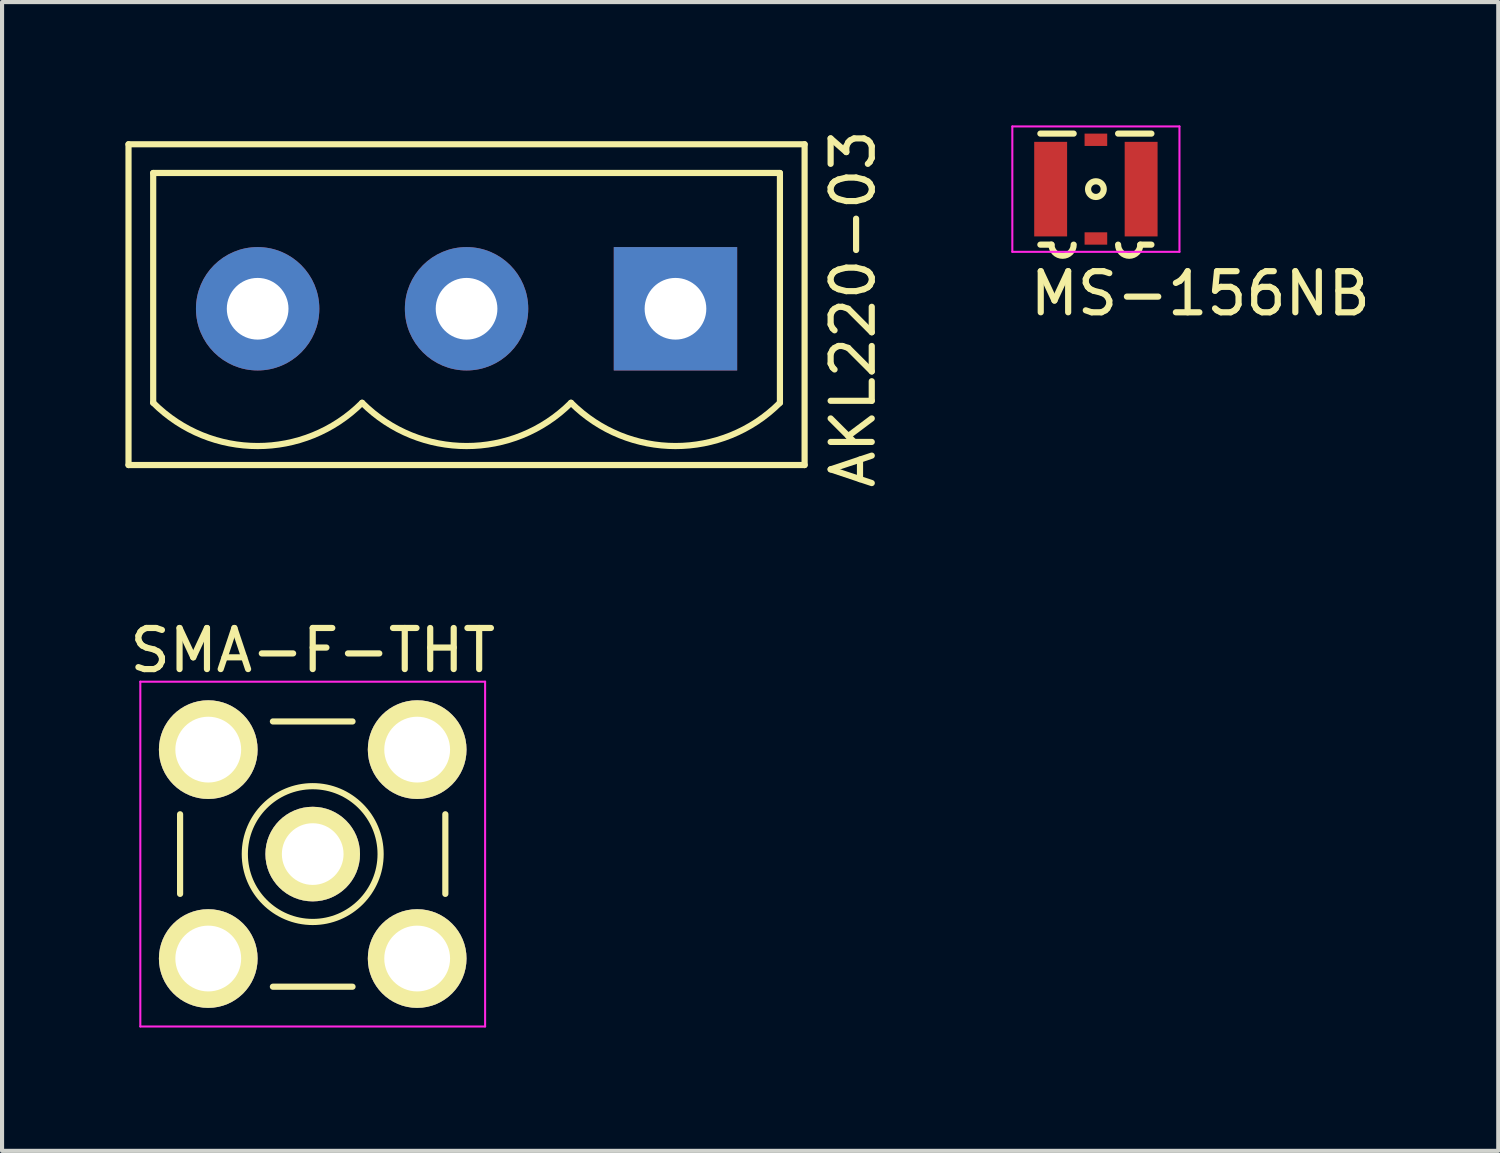
<source format=kicad_pcb>
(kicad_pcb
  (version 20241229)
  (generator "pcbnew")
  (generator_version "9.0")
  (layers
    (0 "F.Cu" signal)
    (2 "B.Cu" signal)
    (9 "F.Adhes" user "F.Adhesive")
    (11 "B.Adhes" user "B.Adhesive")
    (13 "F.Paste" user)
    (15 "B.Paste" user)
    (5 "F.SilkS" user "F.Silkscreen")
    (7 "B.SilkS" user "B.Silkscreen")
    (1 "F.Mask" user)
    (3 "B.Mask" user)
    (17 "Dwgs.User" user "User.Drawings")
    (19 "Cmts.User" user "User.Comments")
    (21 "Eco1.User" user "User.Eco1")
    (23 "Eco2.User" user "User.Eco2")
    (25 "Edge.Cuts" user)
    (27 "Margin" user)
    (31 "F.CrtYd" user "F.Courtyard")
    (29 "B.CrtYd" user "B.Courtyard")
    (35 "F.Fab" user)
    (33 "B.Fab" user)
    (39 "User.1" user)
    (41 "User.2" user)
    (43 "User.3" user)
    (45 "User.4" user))
  (footprint "SMA-F-THT"
    (layer "F.Cu")
    (at 4.554 17.718)
    (property "Reference" "SMA-F-THT" (at 0 -4.953 0) (layer "F.SilkS") (effects (font (size 1 1) (thickness 0.15))))
    (attr through_hole)
    (fp_line (start -3.225 -0.968) (end -3.225 0.968) (stroke (width 0.15) (type solid)) (layer "F.SilkS"))
    (fp_line (start -0.968 -3.225) (end 0.968 -3.225) (stroke (width 0.15) (type solid)) (layer "F.SilkS"))
    (fp_line (start -0.968 3.225) (end 0.968 3.225) (stroke (width 0.15) (type solid)) (layer "F.SilkS"))
    (fp_line (start 3.225 -0.968) (end 3.225 0.968) (stroke (width 0.15) (type solid)) (layer "F.SilkS"))
    (fp_circle (center 0 0) (end 1.651 0) (stroke (width 0.15) (type solid)) (fill no) (layer "F.SilkS"))
    (fp_line (start -4.192 -4.192) (end -4.192 4.192) (stroke (width 0.05) (type solid)) (layer "F.CrtYd"))
    (fp_line (start -4.192 4.192) (end 4.192 4.192) (stroke (width 0.05) (type solid)) (layer "F.CrtYd"))
    (fp_line (start 4.192 -4.192) (end -4.192 -4.192) (stroke (width 0.05) (type solid)) (layer "F.CrtYd"))
    (fp_line (start 4.192 4.192) (end 4.192 -4.192) (stroke (width 0.05) (type solid)) (layer "F.CrtYd"))
    (pad "GND" thru_hole circle (at -2.54 -2.54) (size 2.4 2.4) (drill 1.6) (layers "*.Cu" "*.Mask" "F.SilkS"))
    (pad "GND" thru_hole circle (at -2.54 2.54) (size 2.4 2.4) (drill 1.6) (layers "*.Cu" "*.Mask" "F.SilkS"))
    (pad "GND" thru_hole circle (at 2.54 -2.54) (size 2.4 2.4) (drill 1.6) (layers "*.Cu" "*.Mask" "F.SilkS"))
    (pad "GND" thru_hole circle (at 2.54 2.54) (size 2.4 2.4) (drill 1.6) (layers "*.Cu" "*.Mask" "F.SilkS"))
    (pad "HF" thru_hole circle (at 0 0) (size 2.3 2.3) (drill 1.5) (layers "*.Cu" "*.Mask" "F.SilkS")))
  (footprint "AKL220-03"
    (layer "F.Cu")
    (at 8.295 4.458)
    (property "Reference" "AKL220-03" (at 9.398 0 270) (layer "F.SilkS") (effects (font (size 1 1) (thickness 0.15))))
    (attr through_hole)
    (fp_line (start -8.22 -4) (end -8.22 3.8) (stroke (width 0.15) (type solid)) (layer "F.SilkS"))
    (fp_line (start -8.22 3.8) (end 8.22 3.8) (stroke (width 0.15) (type solid)) (layer "F.SilkS"))
    (fp_line (start -7.62 -3.302) (end -7.62 2.286) (stroke (width 0.15) (type solid)) (layer "F.SilkS"))
    (fp_line (start 7.62 -3.302) (end -7.62 -3.302) (stroke (width 0.15) (type solid)) (layer "F.SilkS"))
    (fp_line (start 7.62 2.286) (end 7.62 -3.302) (stroke (width 0.15) (type solid)) (layer "F.SilkS"))
    (fp_line (start 8.22 -4) (end -8.22 -4) (stroke (width 0.15) (type solid)) (layer "F.SilkS"))
    (fp_line (start 8.22 3.8) (end 8.22 -4) (stroke (width 0.15) (type solid)) (layer "F.SilkS"))
    (fp_arc (start -2.54 2.286) (mid -5.08 3.338102) (end -7.62 2.286) (stroke (width 0.15) (type solid)) (layer "F.SilkS"))
    (fp_arc (start 2.54 2.286) (mid 0 3.338102) (end -2.54 2.286) (stroke (width 0.15) (type solid)) (layer "F.SilkS"))
    (fp_arc (start 7.62 2.286) (mid 5.08 3.338102) (end 2.54 2.286) (stroke (width 0.15) (type solid)) (layer "F.SilkS"))
    (pad "1" thru_hole rect (at 5.08 0) (size 3 3) (drill 1.5) (layers "*.Cu" "*.Mask"))
    (pad "2" thru_hole circle (at 0 0) (size 3 3) (drill 1.5) (layers "*.Cu" "*.Mask"))
    (pad "3" thru_hole circle (at -5.08 0) (size 3 3) (drill 1.5) (layers "*.Cu" "*.Mask")))
  (footprint "MS-156NB"
    (layer "F.Cu")
    (at 23.598 1.549)
    (property "Reference" "MS-156NB" (at 2.54 2.54 0) (layer "F.SilkS") (effects (font (size 1 1) (thickness 0.15))))
    (attr through_hole)
    (fp_line (start -1.35 -1.35) (end -0.54 -1.35) (stroke (width 0.15) (type solid)) (layer "F.SilkS"))
    (fp_line (start -1.08 1.35) (end -1.35 1.35) (stroke (width 0.15) (type solid)) (layer "F.SilkS"))
    (fp_line (start 0.54 -1.35) (end 1.35 -1.35) (stroke (width 0.15) (type solid)) (layer "F.SilkS"))
    (fp_line (start 1.08 1.35) (end 1.35 1.35) (stroke (width 0.15) (type solid)) (layer "F.SilkS"))
    (fp_arc (start -0.54 1.35) (mid -0.81 1.62) (end -1.08 1.35) (stroke (width 0.15) (type solid)) (layer "F.SilkS"))
    (fp_arc (start 1.08 1.35) (mid 0.81 1.62) (end 0.54 1.35) (stroke (width 0.15) (type solid)) (layer "F.SilkS"))
    (fp_circle (center 0 0) (end 0.135 0.135) (stroke (width 0.15) (type solid)) (fill no) (layer "F.SilkS"))
    (fp_line (start -2.032 -1.524) (end -2.032 1.524) (stroke (width 0.05) (type solid)) (layer "F.CrtYd"))
    (fp_line (start -2.032 1.524) (end 2.032 1.524) (stroke (width 0.05) (type solid)) (layer "F.CrtYd"))
    (fp_line (start 2.032 -1.524) (end -2.032 -1.524) (stroke (width 0.05) (type solid)) (layer "F.CrtYd"))
    (fp_line (start 2.032 1.524) (end 2.032 -1.524) (stroke (width 0.05) (type solid)) (layer "F.CrtYd"))
    (pad "1" smd rect (at 0 1.2) (size 0.55 0.3) (layers "F.Cu" "F.Mask" "F.Paste"))
    (pad "2" smd rect (at -1.1 0) (size 0.8 2.3) (layers "F.Cu" "F.Mask" "F.Paste"))
    (pad "3" smd rect (at 1.1 0) (size 0.8 2.3) (layers "F.Cu" "F.Mask" "F.Paste"))
    (pad "4" smd rect (at 0 -1.2) (size 0.55 0.3) (layers "F.Cu" "F.Mask" "F.Paste")))
  (gr_rect
    (start -3 -3)
    (end 33.382 24.935)
    (stroke (width 0.1) (type default))
    (fill no)
    (layer "Edge.Cuts")))
</source>
